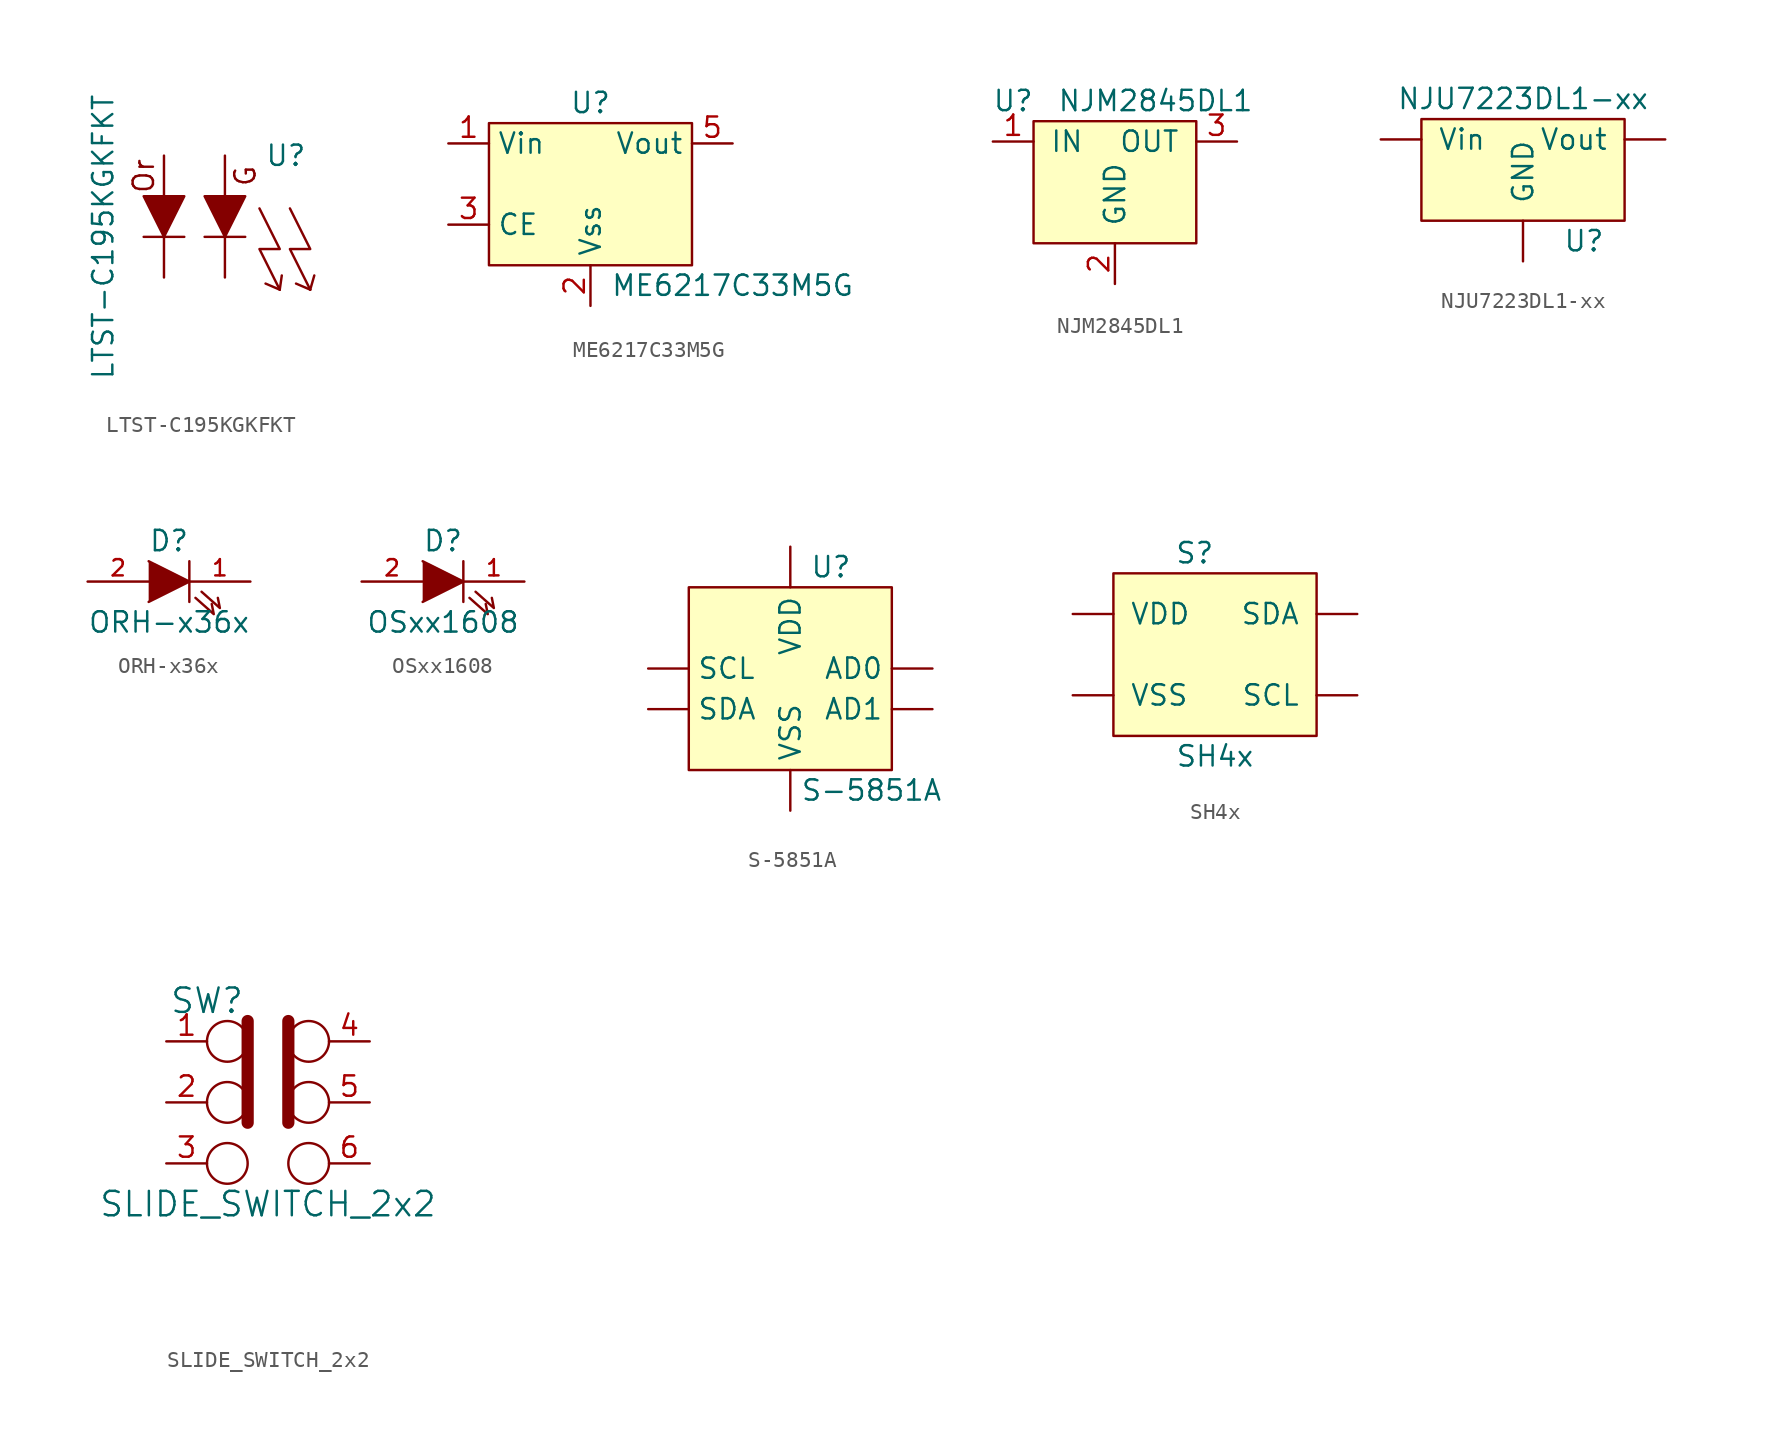
<source format=kicad_sym>
(kicad_symbol_lib
  (version 20220914)
  (generator kicad_symbol_editor)
  (symbol "LTST-C195KGKFKT"
    (pin_numbers hide)
    (pin_names hide)
    (property "Reference" "U"
      (at 5.08 5.08 0)
      (effects (font (size 1.27 1.27))))
    (property "Value" "LTST-C195KGKFKT"
      (at -6.35 0 90)
      (effects (font (size 1.27 1.27))))
    (symbol "LTST-C195KGKFKT_0_0"
      (text "G" (at 2.54 3.81 900) (effects (font (size 1.27 1.27))))
      (text "Or" (at -3.81 3.81 900) (effects (font (size 1.27 1.27)))))
    (symbol "LTST-C195KGKFKT_0_1"
      (polyline (pts (xy -3.81 0) (xy -1.27 0)) (stroke (width 0) (type default)) (fill (type none)))
      (polyline (pts (xy 0 0) (xy 2.54 0)) (stroke (width 0) (type default)) (fill (type none)))
      (polyline (pts (xy 4.699 -3.302) (xy 3.81 -2.921)) (stroke (width 0) (type default)) (fill (type none)))
      (polyline (pts (xy 4.699 -3.302) (xy 4.826 -2.413)) (stroke (width 0) (type default)) (fill (type none)))
      (polyline (pts (xy 6.604 -3.302) (xy 5.715 -2.921)) (stroke (width 0) (type default)) (fill (type none)))
      (polyline (pts (xy 6.604 -3.302) (xy 6.858 -2.413)) (stroke (width 0) (type default)) (fill (type none)))
      (polyline (pts (xy -2.54 0) (xy -1.27 2.54) (xy -3.81 2.54) (xy -2.54 0)) (stroke (width 0) (type default)) (fill (type outline)))
      (polyline (pts (xy 1.27 0) (xy 2.54 2.54) (xy 0 2.54) (xy 1.27 0)) (stroke (width 0) (type default)) (fill (type outline)))
      (polyline (pts (xy 3.429 1.778) (xy 4.699 -0.762) (xy 3.429 -0.762) (xy 4.699 -3.302)) (stroke (width 0) (type default)) (fill (type none)))
      (polyline (pts (xy 5.334 1.778) (xy 6.604 -0.762) (xy 5.334 -0.762) (xy 6.604 -3.302)) (stroke (width 0) (type default)) (fill (type none))))
    (symbol "LTST-C195KGKFKT_1_1"
      (pin input line (at 1.27 5.08 270) (length 2.54) (name "R" (effects (font (size 1.27 1.27)))) (number "1" (effects (font (size 1.27 1.27)))))
      (pin input line (at -2.54 5.08 270) (length 2.54) (name "Or" (effects (font (size 1.27 1.27)))) (number "2" (effects (font (size 1.27 1.27)))))
      (pin passive line (at 1.27 -2.54 90) (length 2.54) (name "C" (effects (font (size 1.27 1.27)))) (number "3" (effects (font (size 1.27 1.27)))))
      (pin passive line (at -2.54 -2.54 90) (length 2.54) (name "C" (effects (font (size 1.27 1.27)))) (number "4" (effects (font (size 1.27 1.27)))))))
  (symbol "ME6217C33M5G"
    (property "Reference" "U"
      (at 0 5.08 0)
      (effects (font (size 1.27 1.27))))
    (property "Value" "ME6217C33M5G"
      (at 8.89 -6.35 0)
      (effects (font (size 1.27 1.27))))
    (symbol "ME6217C33M5G_1_1"
      (rectangle (start -6.35 3.81) (end 6.35 -5.08) (stroke (width 0) (type default)) (fill (type background)))
      (pin power_in line (at -8.89 2.54 0) (length 2.54) (name "Vin" (effects (font (size 1.27 1.27)))) (number "1" (effects (font (size 1.27 1.27)))))
      (pin power_in line (at 0 -7.62 90) (length 2.54) (name "Vss" (effects (font (size 1.27 1.27)))) (number "2" (effects (font (size 1.27 1.27)))))
      (pin input line (at -8.89 -2.54 0) (length 2.54) (name "CE" (effects (font (size 1.27 1.27)))) (number "3" (effects (font (size 1.27 1.27)))))
      (pin no_connect line (at 8.89 -2.54 180) (length 2.54) hide (name "NC" (effects (font (size 1.27 1.27)))) (number "4" (effects (font (size 1.27 1.27)))))
      (pin power_out line (at 8.89 2.54 180) (length 2.54) (name "Vout" (effects (font (size 1.27 1.27)))) (number "5" (effects (font (size 1.27 1.27)))))))
  (symbol "NJM2845DL1"
    (pin_names
      (offset 1.016))
    (property "Reference" "U"
      (at -6.35 3.81 0)
      (effects (font (size 1.27 1.27))))
    (property "Value" "NJM2845DL1"
      (at 2.54 3.81 0)
      (effects (font (size 1.27 1.27))))
    (symbol "NJM2845DL1_0_1"
      (rectangle (start -5.08 2.54) (end 5.08 -5.08) (stroke (width 0) (type default)) (fill (type background))))
    (symbol "NJM2845DL1_1_1"
      (pin power_in line (at -7.62 1.27 0) (length 2.54) (name "IN" (effects (font (size 1.27 1.27)))) (number "1" (effects (font (size 1.27 1.27)))))
      (pin passive line (at 0 -7.62 90) (length 2.54) (name "GND" (effects (font (size 1.27 1.27)))) (number "2" (effects (font (size 1.27 1.27)))))
      (pin power_out line (at 7.62 1.27 180) (length 2.54) (name "OUT" (effects (font (size 1.27 1.27)))) (number "3" (effects (font (size 1.27 1.27)))))))
  (symbol "NJU7223DL1-xx"
    (pin_numbers hide)
    (pin_names
      (offset 1.016))
    (property "Reference" "U"
      (at 3.81 -5.08 0)
      (effects (font (size 1.27 1.27))))
    (property "Value" "NJU7223DL1-xx"
      (at 0 3.81 0)
      (effects (font (size 1.27 1.27))))
    (symbol "NJU7223DL1-xx_0_1"
      (rectangle (start 6.35 2.54) (end -6.35 -3.81) (stroke (width 0) (type default)) (fill (type background))))
    (symbol "NJU7223DL1-xx_1_1"
      (pin power_out line (at 8.89 1.27 180) (length 2.54) (name "Vout" (effects (font (size 1.27 1.27)))) (number "1" (effects (font (size 1.27 1.27)))))
      (pin power_in line (at -8.89 1.27 0) (length 2.54) (name "Vin" (effects (font (size 1.27 1.27)))) (number "2" (effects (font (size 1.27 1.27)))))
      (pin power_in line (at 0 -6.35 90) (length 2.54) (name "GND" (effects (font (size 1.27 1.27)))) (number "3" (effects (font (size 1.27 1.27)))))))
  (symbol "ORH-x36x"
    (pin_names
      (offset 0.002) hide)
    (property "Reference" "D"
      (at 0 2.54 0)
      (effects (font (size 1.27 1.27))))
    (property "Value" "ORH-x36x"
      (at 0 -2.54 0)
      (effects (font (size 1.27 1.27))))
    (symbol "ORH-x36x_0_1"
      (polyline (pts (xy 1.27 1.27) (xy 1.27 -1.27)) (stroke (width 0) (type default)) (fill (type none)))
      (polyline (pts (xy -1.27 1.27) (xy 1.27 0) (xy -1.27 -1.27)) (stroke (width 0) (type default)) (fill (type outline)))
      (polyline (pts (xy 1.651 -1.016) (xy 2.794 -2.032) (xy 2.667 -1.397)) (stroke (width 0) (type default)) (fill (type none)))
      (polyline (pts (xy 2.032 -0.635) (xy 3.175 -1.651) (xy 3.048 -1.016)) (stroke (width 0) (type default)) (fill (type none))))
    (symbol "ORH-x36x_1_1"
      (pin passive line (at 5.08 0 180) (length 3.81) (name "K" (effects (font (size 1.016 1.016)))) (number "1" (effects (font (size 1.016 1.016)))))
      (pin passive line (at -5.08 0 0) (length 3.81) (name "A" (effects (font (size 1.016 1.016)))) (number "2" (effects (font (size 1.016 1.016)))))))
  (symbol "OSxx1608"
    (pin_names
      (offset 1.016) hide)
    (property "Reference" "D"
      (at 0 2.54 0)
      (effects (font (size 1.27 1.27))))
    (property "Value" "OSxx1608"
      (at 0 -2.54 0)
      (effects (font (size 1.27 1.27))))
    (symbol "OSxx1608_0_1"
      (polyline (pts (xy 1.27 1.27) (xy 1.27 -1.27)) (stroke (width 0) (type default)) (fill (type none)))
      (polyline (pts (xy -1.27 1.27) (xy 1.27 0) (xy -1.27 -1.27)) (stroke (width 0) (type default)) (fill (type outline)))
      (polyline (pts (xy 1.651 -1.016) (xy 2.794 -2.032) (xy 2.667 -1.397)) (stroke (width 0) (type default)) (fill (type none)))
      (polyline (pts (xy 2.032 -0.635) (xy 3.175 -1.651) (xy 3.048 -1.016)) (stroke (width 0) (type default)) (fill (type none))))
    (symbol "OSxx1608_1_1"
      (pin passive line (at 5.08 0 180) (length 3.81) (name "K" (effects (font (size 1.016 1.016)))) (number "1" (effects (font (size 1.016 1.016)))))
      (pin passive line (at -5.08 0 0) (length 3.81) (name "A" (effects (font (size 1.016 1.016)))) (number "2" (effects (font (size 1.016 1.016)))))))
  (symbol "S-5851A"
    (pin_numbers hide)
    (property "Reference" "U"
      (at 2.54 7.62 0)
      (effects (font (size 1.27 1.27))))
    (property "Value" "S-5851A"
      (at 5.08 -6.35 0)
      (effects (font (size 1.27 1.27))))
    (symbol "S-5851A_0_1"
      (rectangle (start -6.35 6.35) (end 6.35 -5.08) (stroke (width 0) (type default)) (fill (type background))))
    (symbol "S-5851A_1_1"
      (pin input line (at -8.89 1.27 0) (length 2.54) (name "SCL" (effects (font (size 1.27 1.27)))) (number "1" (effects (font (size 1.27 1.27)))))
      (pin power_in line (at 0 -7.62 90) (length 2.54) (name "VSS" (effects (font (size 1.27 1.27)))) (number "2" (effects (font (size 1.27 1.27)))))
      (pin input line (at 8.89 -1.27 180) (length 2.54) (name "AD1" (effects (font (size 1.27 1.27)))) (number "3" (effects (font (size 1.27 1.27)))))
      (pin power_in line (at 0 8.89 270) (length 2.54) (name "VDD" (effects (font (size 1.27 1.27)))) (number "4" (effects (font (size 1.27 1.27)))))
      (pin input line (at 8.89 1.27 180) (length 2.54) (name "AD0" (effects (font (size 1.27 1.27)))) (number "5" (effects (font (size 1.27 1.27)))))
      (pin bidirectional line (at -8.89 -1.27 0) (length 2.54) (name "SDA" (effects (font (size 1.27 1.27)))) (number "6" (effects (font (size 1.27 1.27)))))))
  (symbol "SH4x"
    (pin_numbers hide)
    (pin_names
      (offset 1.016))
    (property "Reference" "S"
      (at -1.27 6.35 0)
      (effects (font (size 1.27 1.27))))
    (property "Value" "SH4x"
      (at 0 -6.35 0)
      (effects (font (size 1.27 1.27))))
    (symbol "SH4x_0_1"
      (rectangle (start -6.35 5.08) (end 6.35 -5.08) (stroke (width 0) (type default)) (fill (type background))))
    (symbol "SH4x_1_1"
      (pin bidirectional line (at 8.89 2.54 180) (length 2.54) (name "SDA" (effects (font (size 1.27 1.27)))) (number "1" (effects (font (size 1.27 1.27)))))
      (pin input line (at 8.89 -2.54 180) (length 2.54) (name "SCL" (effects (font (size 1.27 1.27)))) (number "2" (effects (font (size 1.27 1.27)))))
      (pin power_in line (at -8.89 2.54 0) (length 2.54) (name "VDD" (effects (font (size 1.27 1.27)))) (number "3" (effects (font (size 1.27 1.27)))))
      (pin power_in line (at -8.89 -2.54 0) (length 2.54) (name "VSS" (effects (font (size 1.27 1.27)))) (number "4" (effects (font (size 1.27 1.27)))))))
  (symbol "SLIDE_SWITCH_2x2"
    (pin_names
      (offset 0.025))
    (property "Reference" "SW"
      (at -3.81 6.35 0)
      (effects (font (size 1.524 1.524))))
    (property "Value" "SLIDE_SWITCH_2x2"
      (at 0 -6.35 0)
      (effects (font (size 1.524 1.524))))
    (property "Footprint" ""
      (at 2.54 -12.7 0)
      (effects (font (size 1.524 1.524))))
    (property "Datasheet" ""
      (at 2.54 -12.7 0)
      (effects (font (size 1.524 1.524))))
    (symbol "SLIDE_SWITCH_2x2_0_1"
      (circle (center -2.54 -3.81) (radius 1.27) (stroke (width 0) (type default)) (fill (type none)))
      (circle (center -2.54 0) (radius 1.27) (stroke (width 0) (type default)) (fill (type none)))
      (circle (center -2.54 3.81) (radius 1.27) (stroke (width 0) (type default)) (fill (type none)))
      (polyline (pts (xy -1.27 5.08) (xy -1.27 -1.27)) (stroke (width 0.762) (type default)) (fill (type none)))
      (polyline (pts (xy 1.27 5.08) (xy 1.27 -1.27)) (stroke (width 0.762) (type default)) (fill (type none)))
      (circle (center 2.54 -3.81) (radius 1.27) (stroke (width 0) (type default)) (fill (type none)))
      (circle (center 2.54 0) (radius 1.27) (stroke (width 0) (type default)) (fill (type none)))
      (circle (center 2.54 3.81) (radius 1.27) (stroke (width 0) (type default)) (fill (type none))))
    (symbol "SLIDE_SWITCH_2x2_1_1"
      (pin passive line (at -6.35 3.81 0) (length 2.54) (name "~" (effects (font (size 1.27 1.27)))) (number "1" (effects (font (size 1.27 1.27)))))
      (pin passive line (at -6.35 0 0) (length 2.54) (name "~" (effects (font (size 1.27 1.27)))) (number "2" (effects (font (size 1.27 1.27)))))
      (pin passive line (at -6.35 -3.81 0) (length 2.54) (name "~" (effects (font (size 1.27 1.27)))) (number "3" (effects (font (size 1.27 1.27)))))
      (pin passive line (at 6.35 3.81 180) (length 2.54) (name "~" (effects (font (size 1.27 1.27)))) (number "4" (effects (font (size 1.27 1.27)))))
      (pin passive line (at 6.35 0 180) (length 2.54) (name "~" (effects (font (size 1.27 1.27)))) (number "5" (effects (font (size 1.27 1.27)))))
      (pin passive line (at 6.35 -3.81 180) (length 2.54) (name "~" (effects (font (size 1.27 1.27)))) (number "6" (effects (font (size 1.27 1.27))))))))
</source>
